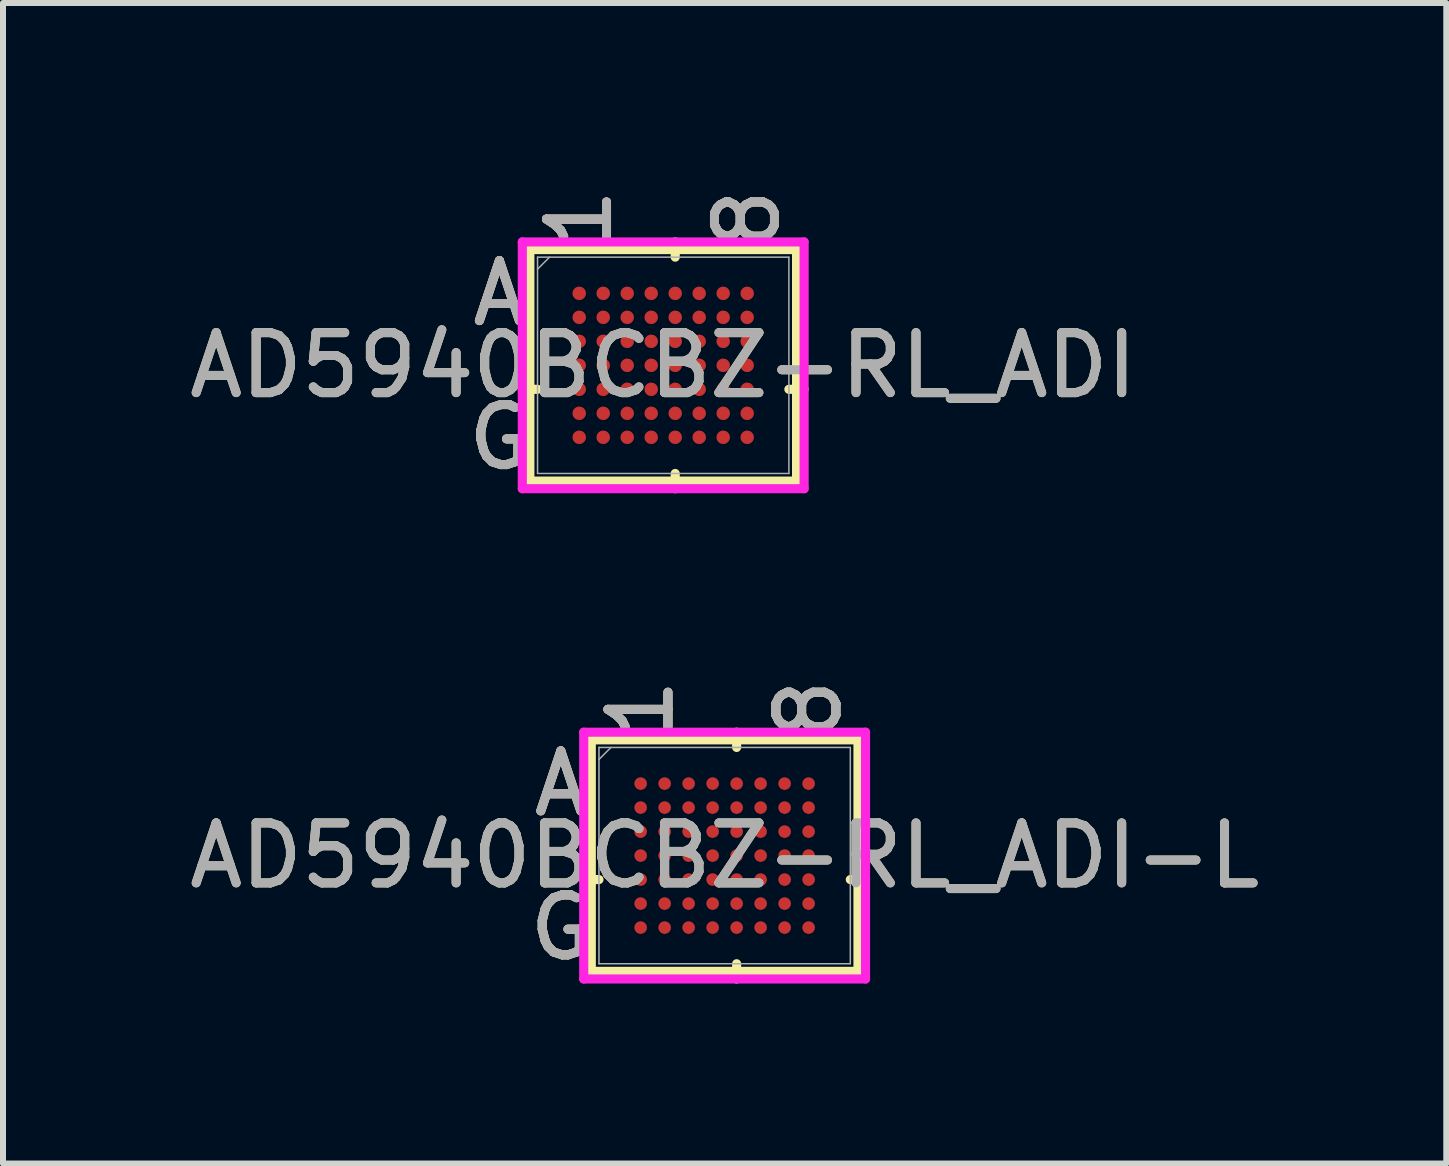
<source format=kicad_pcb>
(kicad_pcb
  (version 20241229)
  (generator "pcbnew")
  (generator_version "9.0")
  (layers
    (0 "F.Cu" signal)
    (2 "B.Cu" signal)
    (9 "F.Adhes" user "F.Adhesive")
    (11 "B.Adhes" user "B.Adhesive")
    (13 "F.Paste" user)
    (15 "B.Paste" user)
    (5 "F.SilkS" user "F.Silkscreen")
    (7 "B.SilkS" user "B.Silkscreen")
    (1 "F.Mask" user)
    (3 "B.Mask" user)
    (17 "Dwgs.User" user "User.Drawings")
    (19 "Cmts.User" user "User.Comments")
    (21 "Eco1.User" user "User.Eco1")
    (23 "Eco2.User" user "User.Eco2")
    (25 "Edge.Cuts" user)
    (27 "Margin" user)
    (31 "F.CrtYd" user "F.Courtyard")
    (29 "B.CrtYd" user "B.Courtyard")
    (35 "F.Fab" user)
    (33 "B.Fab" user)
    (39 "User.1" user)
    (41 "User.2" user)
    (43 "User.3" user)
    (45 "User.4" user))
  (footprint "AD5940BCBZ-RL_ADI-L"
    (layer "F.Cu")
    (at 9.03 11.213)
    (property "Reference" "AD5940BCBZ-RL_ADI-L" (at 0 0 0) (unlocked yes) (layer "F.SilkS") (effects (font (size 1 1) (thickness 0.15))))
    (attr smd)
    (fp_line (start -2.223 -1.93) (end -2.223 1.93) (stroke (width 0.152) (type solid)) (layer "F.SilkS"))
    (fp_line (start -2.223 1.93) (end 2.223 1.93) (stroke (width 0.152) (type solid)) (layer "F.SilkS"))
    (fp_line (start -2.095 0.4) (end -2.349 0.4) (stroke (width 0.152) (type solid)) (layer "F.SilkS"))
    (fp_line (start 0.2 -1.803) (end 0.2 -2.057) (stroke (width 0.152) (type solid)) (layer "F.SilkS"))
    (fp_line (start 0.2 1.803) (end 0.2 2.057) (stroke (width 0.152) (type solid)) (layer "F.SilkS"))
    (fp_line (start 2.095 0.4) (end 2.349 0.4) (stroke (width 0.152) (type solid)) (layer "F.SilkS"))
    (fp_line (start 2.223 -1.93) (end -2.223 -1.93) (stroke (width 0.152) (type solid)) (layer "F.SilkS"))
    (fp_line (start 2.223 1.93) (end 2.223 -1.93) (stroke (width 0.152) (type solid)) (layer "F.SilkS"))
    (fp_poly (pts (xy -2.045 -1.845) (xy 2.045 -1.845) (xy 2.045 1.845) (xy -2.045 1.845)) (stroke (width 0.1) (type solid)) (fill no) (layer "Eco2.User"))
    (fp_line (start -2.349 -2.057) (end 2.349 -2.057) (stroke (width 0.152) (type solid)) (layer "F.CrtYd"))
    (fp_line (start -2.349 2.057) (end -2.349 -2.057) (stroke (width 0.152) (type solid)) (layer "F.CrtYd"))
    (fp_line (start 2.349 -2.057) (end 2.349 2.057) (stroke (width 0.152) (type solid)) (layer "F.CrtYd"))
    (fp_line (start 2.349 2.057) (end -2.349 2.057) (stroke (width 0.152) (type solid)) (layer "F.CrtYd"))
    (fp_line (start -2.095 -1.803) (end -2.095 1.803) (stroke (width 0.025) (type solid)) (layer "F.Fab"))
    (fp_line (start -2.095 1.803) (end 2.095 1.803) (stroke (width 0.025) (type solid)) (layer "F.Fab"))
    (fp_line (start -1.895 -1.803) (end -2.095 -1.603) (stroke (width 0.025) (type solid)) (layer "F.Fab"))
    (fp_line (start 2.095 -1.803) (end -2.095 -1.803) (stroke (width 0.025) (type solid)) (layer "F.Fab"))
    (fp_line (start 2.095 1.803) (end 2.095 -1.803) (stroke (width 0.025) (type solid)) (layer "F.Fab"))
    (fp_text user "G" (at -2.731 1.2 0) (unlocked yes) (layer "F.SilkS") (effects (font (size 1 1) (thickness 0.15))))
    (fp_text user "8" (at 1.4 -2.438 90) (unlocked yes) (layer "F.SilkS") (effects (font (size 1 1) (thickness 0.15))))
    (fp_text user "A" (at -2.731 -1.2 0) (unlocked yes) (layer "F.SilkS") (effects (font (size 1 1) (thickness 0.15))))
    (fp_text user "1" (at -1.4 -2.438 90) (unlocked yes) (layer "F.SilkS") (effects (font (size 1 1) (thickness 0.15))))
    (fp_text user "1" (at -1.4 -2.438 90) (unlocked yes) (layer "B.SilkS") (effects (font (size 1 1) (thickness 0.15))))
    (fp_text user "8" (at 1.4 -2.438 90) (unlocked yes) (layer "B.SilkS") (effects (font (size 1 1) (thickness 0.15))))
    (fp_text user "A" (at -2.731 -1.2 0) (unlocked yes) (layer "B.SilkS") (effects (font (size 1 1) (thickness 0.15))))
    (fp_text user "G" (at -2.731 1.2 0) (unlocked yes) (layer "B.SilkS") (effects (font (size 1 1) (thickness 0.15))))
    (fp_text user "${REFERENCE}" (at 0 0 0) (unlocked yes) (layer "F.Fab") (effects (font (size 1 1) (thickness 0.15))))
    (fp_text user "1" (at -1.4 -2.438 90) (unlocked yes) (layer "F.Fab") (effects (font (size 1 1) (thickness 0.15))))
    (fp_text user "G" (at -2.731 1.2 0) (unlocked yes) (layer "F.Fab") (effects (font (size 1 1) (thickness 0.15))))
    (fp_text user "A" (at -2.731 -1.2 0) (unlocked yes) (layer "F.Fab") (effects (font (size 1 1) (thickness 0.15))))
    (fp_text user "8" (at 1.4 -2.438 90) (unlocked yes) (layer "F.Fab") (effects (font (size 1 1) (thickness 0.15))))
    (pad "A1" smd circle (at -1.4 -1.2) (size 0.21 0.21) (layers "F.Cu" "F.Mask" "F.Paste"))
    (pad "A2" smd circle (at -1 -1.2) (size 0.21 0.21) (layers "F.Cu" "F.Mask" "F.Paste"))
    (pad "A3" smd circle (at -0.6 -1.2) (size 0.21 0.21) (layers "F.Cu" "F.Mask" "F.Paste"))
    (pad "A4" smd circle (at -0.2 -1.2) (size 0.21 0.21) (layers "F.Cu" "F.Mask" "F.Paste"))
    (pad "A5" smd circle (at 0.2 -1.2) (size 0.21 0.21) (layers "F.Cu" "F.Mask" "F.Paste"))
    (pad "A6" smd circle (at 0.6 -1.2) (size 0.21 0.21) (layers "F.Cu" "F.Mask" "F.Paste"))
    (pad "A7" smd circle (at 1 -1.2) (size 0.21 0.21) (layers "F.Cu" "F.Mask" "F.Paste"))
    (pad "A8" smd circle (at 1.4 -1.2) (size 0.21 0.21) (layers "F.Cu" "F.Mask" "F.Paste"))
    (pad "B1" smd circle (at -1.4 -0.8) (size 0.21 0.21) (layers "F.Cu" "F.Mask" "F.Paste"))
    (pad "B2" smd circle (at -1 -0.8) (size 0.21 0.21) (layers "F.Cu" "F.Mask" "F.Paste"))
    (pad "B3" smd circle (at -0.6 -0.8) (size 0.21 0.21) (layers "F.Cu" "F.Mask" "F.Paste"))
    (pad "B4" smd circle (at -0.2 -0.8) (size 0.21 0.21) (layers "F.Cu" "F.Mask" "F.Paste"))
    (pad "B5" smd circle (at 0.2 -0.8) (size 0.21 0.21) (layers "F.Cu" "F.Mask" "F.Paste"))
    (pad "B6" smd circle (at 0.6 -0.8) (size 0.21 0.21) (layers "F.Cu" "F.Mask" "F.Paste"))
    (pad "B7" smd circle (at 1 -0.8) (size 0.21 0.21) (layers "F.Cu" "F.Mask" "F.Paste"))
    (pad "B8" smd circle (at 1.4 -0.8) (size 0.21 0.21) (layers "F.Cu" "F.Mask" "F.Paste"))
    (pad "C1" smd circle (at -1.4 -0.4) (size 0.21 0.21) (layers "F.Cu" "F.Mask" "F.Paste"))
    (pad "C2" smd circle (at -1 -0.4) (size 0.21 0.21) (layers "F.Cu" "F.Mask" "F.Paste"))
    (pad "C3" smd circle (at -0.6 -0.4) (size 0.21 0.21) (layers "F.Cu" "F.Mask" "F.Paste"))
    (pad "C4" smd circle (at -0.2 -0.4) (size 0.21 0.21) (layers "F.Cu" "F.Mask" "F.Paste"))
    (pad "C5" smd circle (at 0.2 -0.4) (size 0.21 0.21) (layers "F.Cu" "F.Mask" "F.Paste"))
    (pad "C6" smd circle (at 0.6 -0.4) (size 0.21 0.21) (layers "F.Cu" "F.Mask" "F.Paste"))
    (pad "C7" smd circle (at 1 -0.4) (size 0.21 0.21) (layers "F.Cu" "F.Mask" "F.Paste"))
    (pad "C8" smd circle (at 1.4 -0.4) (size 0.21 0.21) (layers "F.Cu" "F.Mask" "F.Paste"))
    (pad "D1" smd circle (at -1.4 0) (size 0.21 0.21) (layers "F.Cu" "F.Mask" "F.Paste"))
    (pad "D2" smd circle (at -1 0) (size 0.21 0.21) (layers "F.Cu" "F.Mask" "F.Paste"))
    (pad "D3" smd circle (at -0.6 0) (size 0.21 0.21) (layers "F.Cu" "F.Mask" "F.Paste"))
    (pad "D4" smd circle (at -0.2 0) (size 0.21 0.21) (layers "F.Cu" "F.Mask" "F.Paste"))
    (pad "D5" smd circle (at 0.2 0) (size 0.21 0.21) (layers "F.Cu" "F.Mask" "F.Paste"))
    (pad "D6" smd circle (at 0.6 0) (size 0.21 0.21) (layers "F.Cu" "F.Mask" "F.Paste"))
    (pad "D7" smd circle (at 1 0) (size 0.21 0.21) (layers "F.Cu" "F.Mask" "F.Paste"))
    (pad "D8" smd circle (at 1.4 0) (size 0.21 0.21) (layers "F.Cu" "F.Mask" "F.Paste"))
    (pad "E1" smd circle (at -1.4 0.4) (size 0.21 0.21) (layers "F.Cu" "F.Mask" "F.Paste"))
    (pad "E2" smd circle (at -1 0.4) (size 0.21 0.21) (layers "F.Cu" "F.Mask" "F.Paste"))
    (pad "E3" smd circle (at -0.6 0.4) (size 0.21 0.21) (layers "F.Cu" "F.Mask" "F.Paste"))
    (pad "E4" smd circle (at -0.2 0.4) (size 0.21 0.21) (layers "F.Cu" "F.Mask" "F.Paste"))
    (pad "E5" smd circle (at 0.2 0.4) (size 0.21 0.21) (layers "F.Cu" "F.Mask" "F.Paste"))
    (pad "E6" smd circle (at 0.6 0.4) (size 0.21 0.21) (layers "F.Cu" "F.Mask" "F.Paste"))
    (pad "E7" smd circle (at 1 0.4) (size 0.21 0.21) (layers "F.Cu" "F.Mask" "F.Paste"))
    (pad "E8" smd circle (at 1.4 0.4) (size 0.21 0.21) (layers "F.Cu" "F.Mask" "F.Paste"))
    (pad "F1" smd circle (at -1.4 0.8) (size 0.21 0.21) (layers "F.Cu" "F.Mask" "F.Paste"))
    (pad "F2" smd circle (at -1 0.8) (size 0.21 0.21) (layers "F.Cu" "F.Mask" "F.Paste"))
    (pad "F3" smd circle (at -0.6 0.8) (size 0.21 0.21) (layers "F.Cu" "F.Mask" "F.Paste"))
    (pad "F4" smd circle (at -0.2 0.8) (size 0.21 0.21) (layers "F.Cu" "F.Mask" "F.Paste"))
    (pad "F5" smd circle (at 0.2 0.8) (size 0.21 0.21) (layers "F.Cu" "F.Mask" "F.Paste"))
    (pad "F6" smd circle (at 0.6 0.8) (size 0.21 0.21) (layers "F.Cu" "F.Mask" "F.Paste"))
    (pad "F7" smd circle (at 1 0.8) (size 0.21 0.21) (layers "F.Cu" "F.Mask" "F.Paste"))
    (pad "F8" smd circle (at 1.4 0.8) (size 0.21 0.21) (layers "F.Cu" "F.Mask" "F.Paste"))
    (pad "G1" smd circle (at -1.4 1.2) (size 0.21 0.21) (layers "F.Cu" "F.Mask" "F.Paste"))
    (pad "G2" smd circle (at -1 1.2) (size 0.21 0.21) (layers "F.Cu" "F.Mask" "F.Paste"))
    (pad "G3" smd circle (at -0.6 1.2) (size 0.21 0.21) (layers "F.Cu" "F.Mask" "F.Paste"))
    (pad "G4" smd circle (at -0.2 1.2) (size 0.21 0.21) (layers "F.Cu" "F.Mask" "F.Paste"))
    (pad "G5" smd circle (at 0.2 1.2) (size 0.21 0.21) (layers "F.Cu" "F.Mask" "F.Paste"))
    (pad "G6" smd circle (at 0.6 1.2) (size 0.21 0.21) (layers "F.Cu" "F.Mask" "F.Paste"))
    (pad "G7" smd circle (at 1 1.2) (size 0.21 0.21) (layers "F.Cu" "F.Mask" "F.Paste"))
    (pad "G8" smd circle (at 1.4 1.2) (size 0.21 0.21) (layers "F.Cu" "F.Mask" "F.Paste")))
  (footprint "AD5940BCBZ-RL_ADI"
    (layer "F.Cu")
    (at 8.006 3.04)
    (property "Reference" "AD5940BCBZ-RL_ADI" (at 0 0 0) (unlocked yes) (layer "F.SilkS") (effects (font (size 1 1) (thickness 0.15))))
    (attr smd)
    (fp_line (start -2.223 -1.93) (end -2.223 1.93) (stroke (width 0.152) (type solid)) (layer "F.SilkS"))
    (fp_line (start -2.223 1.93) (end 2.223 1.93) (stroke (width 0.152) (type solid)) (layer "F.SilkS"))
    (fp_line (start -2.095 0.4) (end -2.349 0.4) (stroke (width 0.152) (type solid)) (layer "F.SilkS"))
    (fp_line (start 0.2 -1.803) (end 0.2 -2.057) (stroke (width 0.152) (type solid)) (layer "F.SilkS"))
    (fp_line (start 0.2 1.803) (end 0.2 2.057) (stroke (width 0.152) (type solid)) (layer "F.SilkS"))
    (fp_line (start 2.095 0.4) (end 2.349 0.4) (stroke (width 0.152) (type solid)) (layer "F.SilkS"))
    (fp_line (start 2.223 -1.93) (end -2.223 -1.93) (stroke (width 0.152) (type solid)) (layer "F.SilkS"))
    (fp_line (start 2.223 1.93) (end 2.223 -1.93) (stroke (width 0.152) (type solid)) (layer "F.SilkS"))
    (fp_poly (pts (xy -2.045 -1.845) (xy 2.045 -1.845) (xy 2.045 1.845) (xy -2.045 1.845)) (stroke (width 0.1) (type solid)) (fill no) (layer "Eco2.User"))
    (fp_line (start -2.349 -2.057) (end 2.349 -2.057) (stroke (width 0.152) (type solid)) (layer "F.CrtYd"))
    (fp_line (start -2.349 2.057) (end -2.349 -2.057) (stroke (width 0.152) (type solid)) (layer "F.CrtYd"))
    (fp_line (start 2.349 -2.057) (end 2.349 2.057) (stroke (width 0.152) (type solid)) (layer "F.CrtYd"))
    (fp_line (start 2.349 2.057) (end -2.349 2.057) (stroke (width 0.152) (type solid)) (layer "F.CrtYd"))
    (fp_line (start -2.095 -1.803) (end -2.095 1.803) (stroke (width 0.025) (type solid)) (layer "F.Fab"))
    (fp_line (start -2.095 1.803) (end 2.095 1.803) (stroke (width 0.025) (type solid)) (layer "F.Fab"))
    (fp_line (start -1.895 -1.803) (end -2.095 -1.603) (stroke (width 0.025) (type solid)) (layer "F.Fab"))
    (fp_line (start 2.095 -1.803) (end -2.095 -1.803) (stroke (width 0.025) (type solid)) (layer "F.Fab"))
    (fp_line (start 2.095 1.803) (end 2.095 -1.803) (stroke (width 0.025) (type solid)) (layer "F.Fab"))
    (fp_text user "8" (at 1.4 -2.438 90) (unlocked yes) (layer "F.SilkS") (effects (font (size 1 1) (thickness 0.15))))
    (fp_text user "1" (at -1.4 -2.438 90) (unlocked yes) (layer "F.SilkS") (effects (font (size 1 1) (thickness 0.15))))
    (fp_text user "G" (at -2.731 1.2 0) (unlocked yes) (layer "F.SilkS") (effects (font (size 1 1) (thickness 0.15))))
    (fp_text user "A" (at -2.731 -1.2 0) (unlocked yes) (layer "F.SilkS") (effects (font (size 1 1) (thickness 0.15))))
    (fp_text user "8" (at 1.4 -2.438 90) (unlocked yes) (layer "B.SilkS") (effects (font (size 1 1) (thickness 0.15))))
    (fp_text user "1" (at -1.4 -2.438 90) (unlocked yes) (layer "B.SilkS") (effects (font (size 1 1) (thickness 0.15))))
    (fp_text user "G" (at -2.731 1.2 0) (unlocked yes) (layer "B.SilkS") (effects (font (size 1 1) (thickness 0.15))))
    (fp_text user "A" (at -2.731 -1.2 0) (unlocked yes) (layer "B.SilkS") (effects (font (size 1 1) (thickness 0.15))))
    (fp_text user "8" (at 1.4 -2.438 90) (unlocked yes) (layer "F.Fab") (effects (font (size 1 1) (thickness 0.15))))
    (fp_text user "A" (at -2.731 -1.2 0) (unlocked yes) (layer "F.Fab") (effects (font (size 1 1) (thickness 0.15))))
    (fp_text user "1" (at -1.4 -2.438 90) (unlocked yes) (layer "F.Fab") (effects (font (size 1 1) (thickness 0.15))))
    (fp_text user "G" (at -2.731 1.2 0) (unlocked yes) (layer "F.Fab") (effects (font (size 1 1) (thickness 0.15))))
    (fp_text user "${REFERENCE}" (at 0 0 0) (unlocked yes) (layer "F.Fab") (effects (font (size 1 1) (thickness 0.15))))
    (pad "A1" smd circle (at -1.4 -1.2) (size 0.224 0.224) (layers "F.Cu" "F.Mask" "F.Paste"))
    (pad "A2" smd circle (at -1 -1.2) (size 0.224 0.224) (layers "F.Cu" "F.Mask" "F.Paste"))
    (pad "A3" smd circle (at -0.6 -1.2) (size 0.224 0.224) (layers "F.Cu" "F.Mask" "F.Paste"))
    (pad "A4" smd circle (at -0.2 -1.2) (size 0.224 0.224) (layers "F.Cu" "F.Mask" "F.Paste"))
    (pad "A5" smd circle (at 0.2 -1.2) (size 0.224 0.224) (layers "F.Cu" "F.Mask" "F.Paste"))
    (pad "A6" smd circle (at 0.6 -1.2) (size 0.224 0.224) (layers "F.Cu" "F.Mask" "F.Paste"))
    (pad "A7" smd circle (at 1 -1.2) (size 0.224 0.224) (layers "F.Cu" "F.Mask" "F.Paste"))
    (pad "A8" smd circle (at 1.4 -1.2) (size 0.224 0.224) (layers "F.Cu" "F.Mask" "F.Paste"))
    (pad "B1" smd circle (at -1.4 -0.8) (size 0.224 0.224) (layers "F.Cu" "F.Mask" "F.Paste"))
    (pad "B2" smd circle (at -1 -0.8) (size 0.224 0.224) (layers "F.Cu" "F.Mask" "F.Paste"))
    (pad "B3" smd circle (at -0.6 -0.8) (size 0.224 0.224) (layers "F.Cu" "F.Mask" "F.Paste"))
    (pad "B4" smd circle (at -0.2 -0.8) (size 0.224 0.224) (layers "F.Cu" "F.Mask" "F.Paste"))
    (pad "B5" smd circle (at 0.2 -0.8) (size 0.224 0.224) (layers "F.Cu" "F.Mask" "F.Paste"))
    (pad "B6" smd circle (at 0.6 -0.8) (size 0.224 0.224) (layers "F.Cu" "F.Mask" "F.Paste"))
    (pad "B7" smd circle (at 1 -0.8) (size 0.224 0.224) (layers "F.Cu" "F.Mask" "F.Paste"))
    (pad "B8" smd circle (at 1.4 -0.8) (size 0.224 0.224) (layers "F.Cu" "F.Mask" "F.Paste"))
    (pad "C1" smd circle (at -1.4 -0.4) (size 0.224 0.224) (layers "F.Cu" "F.Mask" "F.Paste"))
    (pad "C2" smd circle (at -1 -0.4) (size 0.224 0.224) (layers "F.Cu" "F.Mask" "F.Paste"))
    (pad "C3" smd circle (at -0.6 -0.4) (size 0.224 0.224) (layers "F.Cu" "F.Mask" "F.Paste"))
    (pad "C4" smd circle (at -0.2 -0.4) (size 0.224 0.224) (layers "F.Cu" "F.Mask" "F.Paste"))
    (pad "C5" smd circle (at 0.2 -0.4) (size 0.224 0.224) (layers "F.Cu" "F.Mask" "F.Paste"))
    (pad "C6" smd circle (at 0.6 -0.4) (size 0.224 0.224) (layers "F.Cu" "F.Mask" "F.Paste"))
    (pad "C7" smd circle (at 1 -0.4) (size 0.224 0.224) (layers "F.Cu" "F.Mask" "F.Paste"))
    (pad "C8" smd circle (at 1.4 -0.4) (size 0.224 0.224) (layers "F.Cu" "F.Mask" "F.Paste"))
    (pad "D1" smd circle (at -1.4 0) (size 0.224 0.224) (layers "F.Cu" "F.Mask" "F.Paste"))
    (pad "D2" smd circle (at -1 0) (size 0.224 0.224) (layers "F.Cu" "F.Mask" "F.Paste"))
    (pad "D3" smd circle (at -0.6 0) (size 0.224 0.224) (layers "F.Cu" "F.Mask" "F.Paste"))
    (pad "D4" smd circle (at -0.2 0) (size 0.224 0.224) (layers "F.Cu" "F.Mask" "F.Paste"))
    (pad "D5" smd circle (at 0.2 0) (size 0.224 0.224) (layers "F.Cu" "F.Mask" "F.Paste"))
    (pad "D6" smd circle (at 0.6 0) (size 0.224 0.224) (layers "F.Cu" "F.Mask" "F.Paste"))
    (pad "D7" smd circle (at 1 0) (size 0.224 0.224) (layers "F.Cu" "F.Mask" "F.Paste"))
    (pad "D8" smd circle (at 1.4 0) (size 0.224 0.224) (layers "F.Cu" "F.Mask" "F.Paste"))
    (pad "E1" smd circle (at -1.4 0.4) (size 0.224 0.224) (layers "F.Cu" "F.Mask" "F.Paste"))
    (pad "E2" smd circle (at -1 0.4) (size 0.224 0.224) (layers "F.Cu" "F.Mask" "F.Paste"))
    (pad "E3" smd circle (at -0.6 0.4) (size 0.224 0.224) (layers "F.Cu" "F.Mask" "F.Paste"))
    (pad "E4" smd circle (at -0.2 0.4) (size 0.224 0.224) (layers "F.Cu" "F.Mask" "F.Paste"))
    (pad "E5" smd circle (at 0.2 0.4) (size 0.224 0.224) (layers "F.Cu" "F.Mask" "F.Paste"))
    (pad "E6" smd circle (at 0.6 0.4) (size 0.224 0.224) (layers "F.Cu" "F.Mask" "F.Paste"))
    (pad "E7" smd circle (at 1 0.4) (size 0.224 0.224) (layers "F.Cu" "F.Mask" "F.Paste"))
    (pad "E8" smd circle (at 1.4 0.4) (size 0.224 0.224) (layers "F.Cu" "F.Mask" "F.Paste"))
    (pad "F1" smd circle (at -1.4 0.8) (size 0.224 0.224) (layers "F.Cu" "F.Mask" "F.Paste"))
    (pad "F2" smd circle (at -1 0.8) (size 0.224 0.224) (layers "F.Cu" "F.Mask" "F.Paste"))
    (pad "F3" smd circle (at -0.6 0.8) (size 0.224 0.224) (layers "F.Cu" "F.Mask" "F.Paste"))
    (pad "F4" smd circle (at -0.2 0.8) (size 0.224 0.224) (layers "F.Cu" "F.Mask" "F.Paste"))
    (pad "F5" smd circle (at 0.2 0.8) (size 0.224 0.224) (layers "F.Cu" "F.Mask" "F.Paste"))
    (pad "F6" smd circle (at 0.6 0.8) (size 0.224 0.224) (layers "F.Cu" "F.Mask" "F.Paste"))
    (pad "F7" smd circle (at 1 0.8) (size 0.224 0.224) (layers "F.Cu" "F.Mask" "F.Paste"))
    (pad "F8" smd circle (at 1.4 0.8) (size 0.224 0.224) (layers "F.Cu" "F.Mask" "F.Paste"))
    (pad "G1" smd circle (at -1.4 1.2) (size 0.224 0.224) (layers "F.Cu" "F.Mask" "F.Paste"))
    (pad "G2" smd circle (at -1 1.2) (size 0.224 0.224) (layers "F.Cu" "F.Mask" "F.Paste"))
    (pad "G3" smd circle (at -0.6 1.2) (size 0.224 0.224) (layers "F.Cu" "F.Mask" "F.Paste"))
    (pad "G4" smd circle (at -0.2 1.2) (size 0.224 0.224) (layers "F.Cu" "F.Mask" "F.Paste"))
    (pad "G5" smd circle (at 0.2 1.2) (size 0.224 0.224) (layers "F.Cu" "F.Mask" "F.Paste"))
    (pad "G6" smd circle (at 0.6 1.2) (size 0.224 0.224) (layers "F.Cu" "F.Mask" "F.Paste"))
    (pad "G7" smd circle (at 1 1.2) (size 0.224 0.224) (layers "F.Cu" "F.Mask" "F.Paste"))
    (pad "G8" smd circle (at 1.4 1.2) (size 0.224 0.224) (layers "F.Cu" "F.Mask" "F.Paste")))
  (gr_rect
    (start -3 -3)
    (end 21.06 16.346)
    (stroke (width 0.1) (type default))
    (fill no)
    (layer "Edge.Cuts")))
</source>
